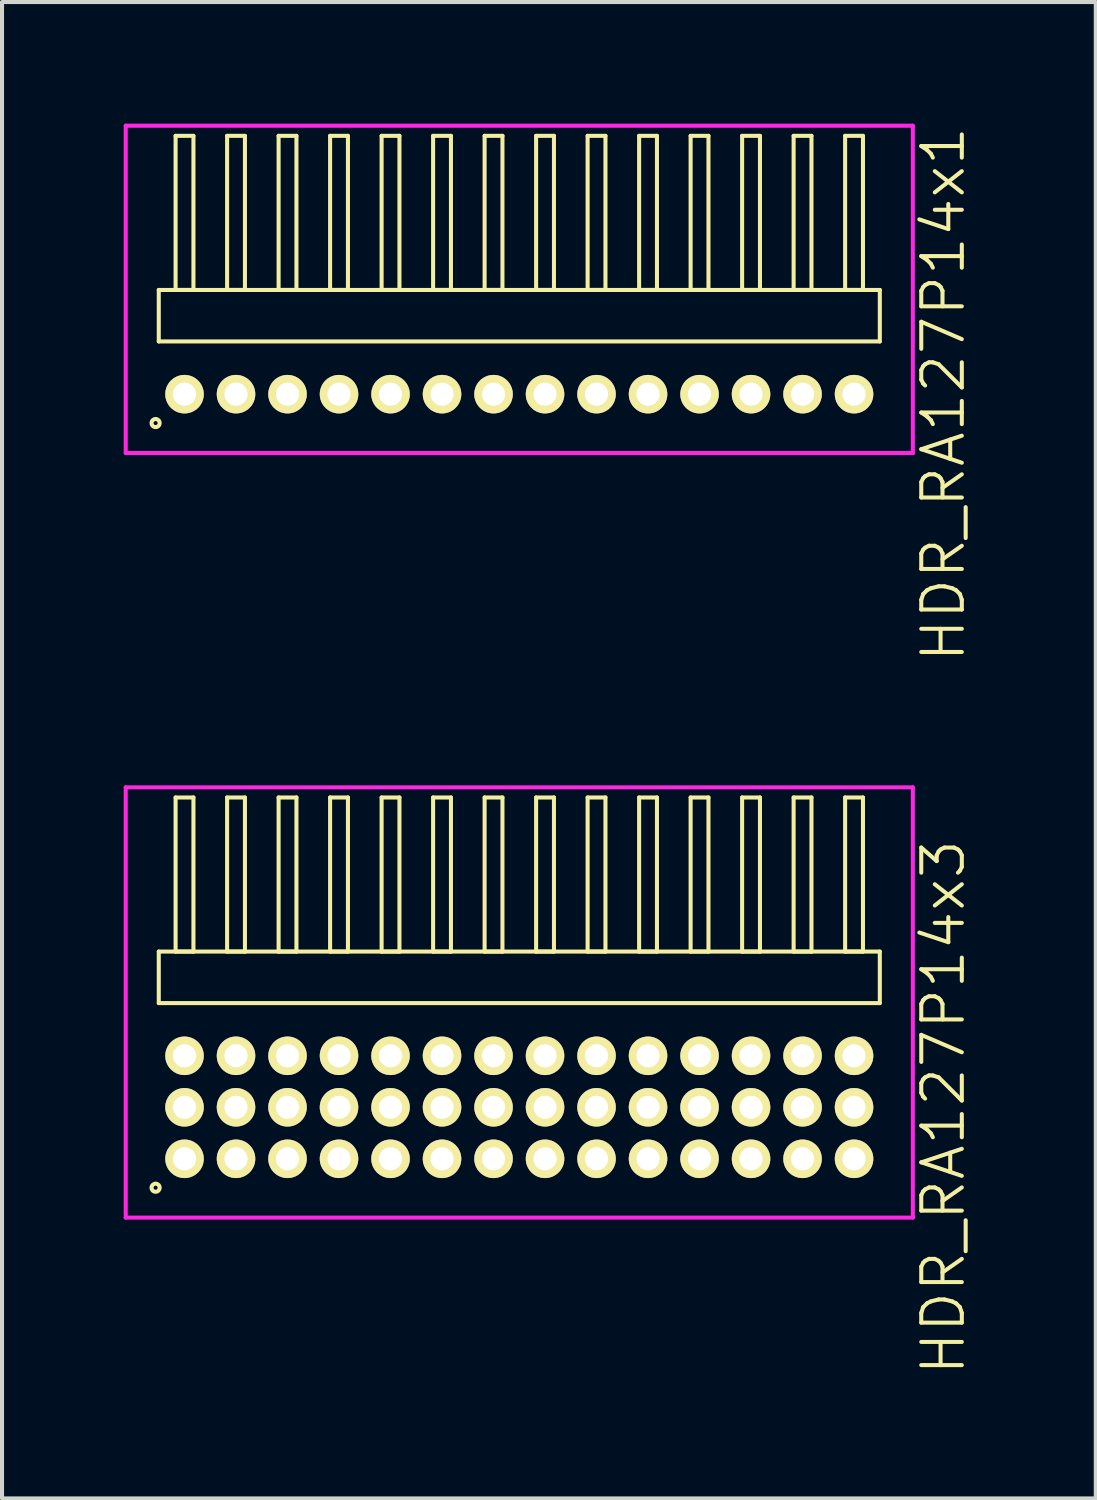
<source format=kicad_pcb>
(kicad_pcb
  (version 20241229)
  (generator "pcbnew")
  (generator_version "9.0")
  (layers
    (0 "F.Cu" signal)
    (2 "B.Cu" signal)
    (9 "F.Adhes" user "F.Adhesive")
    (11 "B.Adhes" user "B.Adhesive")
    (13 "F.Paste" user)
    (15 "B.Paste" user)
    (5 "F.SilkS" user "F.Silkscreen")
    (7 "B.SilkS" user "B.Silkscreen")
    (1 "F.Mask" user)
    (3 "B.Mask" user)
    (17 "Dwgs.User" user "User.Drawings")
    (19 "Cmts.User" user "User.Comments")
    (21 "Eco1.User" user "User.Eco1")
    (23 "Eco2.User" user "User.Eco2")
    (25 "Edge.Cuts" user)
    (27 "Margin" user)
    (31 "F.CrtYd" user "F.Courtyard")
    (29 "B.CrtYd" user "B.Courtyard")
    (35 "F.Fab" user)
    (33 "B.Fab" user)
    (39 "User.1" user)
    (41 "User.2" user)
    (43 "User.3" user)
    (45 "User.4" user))
  (footprint "HDR_RA127P14x1"
    (layer "F.Cu")
    (at 9.755 6.67)
    (property "Reference" "HDR_RA127P14x1" (at 10.455 0 90) (layer "F.SilkS") (effects (font (size 1 1) (thickness 0.1))))
    (attr through_hole)
    (fp_line (start -8.89 -2.57) (end -8.89 -1.3) (stroke (width 0.1) (type solid)) (layer "F.SilkS"))
    (fp_line (start -8.89 -1.3) (end 8.89 -1.3) (stroke (width 0.1) (type solid)) (layer "F.SilkS"))
    (fp_line (start -8.475 -6.37) (end -8.475 -2.57) (stroke (width 0.1) (type solid)) (layer "F.SilkS"))
    (fp_line (start -8.475 -2.57) (end -8.035 -2.57) (stroke (width 0.1) (type solid)) (layer "F.SilkS"))
    (fp_line (start -8.035 -6.37) (end -8.475 -6.37) (stroke (width 0.1) (type solid)) (layer "F.SilkS"))
    (fp_line (start -8.035 -2.57) (end -8.035 -6.37) (stroke (width 0.1) (type solid)) (layer "F.SilkS"))
    (fp_line (start -7.205 -6.37) (end -7.205 -2.57) (stroke (width 0.1) (type solid)) (layer "F.SilkS"))
    (fp_line (start -7.205 -2.57) (end -6.765 -2.57) (stroke (width 0.1) (type solid)) (layer "F.SilkS"))
    (fp_line (start -6.765 -6.37) (end -7.205 -6.37) (stroke (width 0.1) (type solid)) (layer "F.SilkS"))
    (fp_line (start -6.765 -2.57) (end -6.765 -6.37) (stroke (width 0.1) (type solid)) (layer "F.SilkS"))
    (fp_line (start -5.935 -6.37) (end -5.935 -2.57) (stroke (width 0.1) (type solid)) (layer "F.SilkS"))
    (fp_line (start -5.935 -2.57) (end -5.495 -2.57) (stroke (width 0.1) (type solid)) (layer "F.SilkS"))
    (fp_line (start -5.495 -6.37) (end -5.935 -6.37) (stroke (width 0.1) (type solid)) (layer "F.SilkS"))
    (fp_line (start -5.495 -2.57) (end -5.495 -6.37) (stroke (width 0.1) (type solid)) (layer "F.SilkS"))
    (fp_line (start -4.665 -6.37) (end -4.665 -2.57) (stroke (width 0.1) (type solid)) (layer "F.SilkS"))
    (fp_line (start -4.665 -2.57) (end -4.225 -2.57) (stroke (width 0.1) (type solid)) (layer "F.SilkS"))
    (fp_line (start -4.225 -6.37) (end -4.665 -6.37) (stroke (width 0.1) (type solid)) (layer "F.SilkS"))
    (fp_line (start -4.225 -2.57) (end -4.225 -6.37) (stroke (width 0.1) (type solid)) (layer "F.SilkS"))
    (fp_line (start -3.395 -6.37) (end -3.395 -2.57) (stroke (width 0.1) (type solid)) (layer "F.SilkS"))
    (fp_line (start -3.395 -2.57) (end -2.955 -2.57) (stroke (width 0.1) (type solid)) (layer "F.SilkS"))
    (fp_line (start -2.955 -6.37) (end -3.395 -6.37) (stroke (width 0.1) (type solid)) (layer "F.SilkS"))
    (fp_line (start -2.955 -2.57) (end -2.955 -6.37) (stroke (width 0.1) (type solid)) (layer "F.SilkS"))
    (fp_line (start -2.125 -6.37) (end -2.125 -2.57) (stroke (width 0.1) (type solid)) (layer "F.SilkS"))
    (fp_line (start -2.125 -2.57) (end -1.685 -2.57) (stroke (width 0.1) (type solid)) (layer "F.SilkS"))
    (fp_line (start -1.685 -6.37) (end -2.125 -6.37) (stroke (width 0.1) (type solid)) (layer "F.SilkS"))
    (fp_line (start -1.685 -2.57) (end -1.685 -6.37) (stroke (width 0.1) (type solid)) (layer "F.SilkS"))
    (fp_line (start -0.855 -6.37) (end -0.855 -2.57) (stroke (width 0.1) (type solid)) (layer "F.SilkS"))
    (fp_line (start -0.855 -2.57) (end -0.415 -2.57) (stroke (width 0.1) (type solid)) (layer "F.SilkS"))
    (fp_line (start -0.415 -6.37) (end -0.855 -6.37) (stroke (width 0.1) (type solid)) (layer "F.SilkS"))
    (fp_line (start -0.415 -2.57) (end -0.415 -6.37) (stroke (width 0.1) (type solid)) (layer "F.SilkS"))
    (fp_line (start 0.415 -6.37) (end 0.415 -2.57) (stroke (width 0.1) (type solid)) (layer "F.SilkS"))
    (fp_line (start 0.415 -2.57) (end 0.855 -2.57) (stroke (width 0.1) (type solid)) (layer "F.SilkS"))
    (fp_line (start 0.855 -6.37) (end 0.415 -6.37) (stroke (width 0.1) (type solid)) (layer "F.SilkS"))
    (fp_line (start 0.855 -2.57) (end 0.855 -6.37) (stroke (width 0.1) (type solid)) (layer "F.SilkS"))
    (fp_line (start 1.685 -6.37) (end 1.685 -2.57) (stroke (width 0.1) (type solid)) (layer "F.SilkS"))
    (fp_line (start 1.685 -2.57) (end 2.125 -2.57) (stroke (width 0.1) (type solid)) (layer "F.SilkS"))
    (fp_line (start 2.125 -6.37) (end 1.685 -6.37) (stroke (width 0.1) (type solid)) (layer "F.SilkS"))
    (fp_line (start 2.125 -2.57) (end 2.125 -6.37) (stroke (width 0.1) (type solid)) (layer "F.SilkS"))
    (fp_line (start 2.955 -6.37) (end 2.955 -2.57) (stroke (width 0.1) (type solid)) (layer "F.SilkS"))
    (fp_line (start 2.955 -2.57) (end 3.395 -2.57) (stroke (width 0.1) (type solid)) (layer "F.SilkS"))
    (fp_line (start 3.395 -6.37) (end 2.955 -6.37) (stroke (width 0.1) (type solid)) (layer "F.SilkS"))
    (fp_line (start 3.395 -2.57) (end 3.395 -6.37) (stroke (width 0.1) (type solid)) (layer "F.SilkS"))
    (fp_line (start 4.225 -6.37) (end 4.225 -2.57) (stroke (width 0.1) (type solid)) (layer "F.SilkS"))
    (fp_line (start 4.225 -2.57) (end 4.665 -2.57) (stroke (width 0.1) (type solid)) (layer "F.SilkS"))
    (fp_line (start 4.665 -6.37) (end 4.225 -6.37) (stroke (width 0.1) (type solid)) (layer "F.SilkS"))
    (fp_line (start 4.665 -2.57) (end 4.665 -6.37) (stroke (width 0.1) (type solid)) (layer "F.SilkS"))
    (fp_line (start 5.495 -6.37) (end 5.495 -2.57) (stroke (width 0.1) (type solid)) (layer "F.SilkS"))
    (fp_line (start 5.495 -2.57) (end 5.935 -2.57) (stroke (width 0.1) (type solid)) (layer "F.SilkS"))
    (fp_line (start 5.935 -6.37) (end 5.495 -6.37) (stroke (width 0.1) (type solid)) (layer "F.SilkS"))
    (fp_line (start 5.935 -2.57) (end 5.935 -6.37) (stroke (width 0.1) (type solid)) (layer "F.SilkS"))
    (fp_line (start 6.765 -6.37) (end 6.765 -2.57) (stroke (width 0.1) (type solid)) (layer "F.SilkS"))
    (fp_line (start 6.765 -2.57) (end 7.205 -2.57) (stroke (width 0.1) (type solid)) (layer "F.SilkS"))
    (fp_line (start 7.205 -6.37) (end 6.765 -6.37) (stroke (width 0.1) (type solid)) (layer "F.SilkS"))
    (fp_line (start 7.205 -2.57) (end 7.205 -6.37) (stroke (width 0.1) (type solid)) (layer "F.SilkS"))
    (fp_line (start 8.035 -6.37) (end 8.035 -2.57) (stroke (width 0.1) (type solid)) (layer "F.SilkS"))
    (fp_line (start 8.035 -2.57) (end 8.475 -2.57) (stroke (width 0.1) (type solid)) (layer "F.SilkS"))
    (fp_line (start 8.475 -6.37) (end 8.035 -6.37) (stroke (width 0.1) (type solid)) (layer "F.SilkS"))
    (fp_line (start 8.475 -2.57) (end 8.475 -6.37) (stroke (width 0.1) (type solid)) (layer "F.SilkS"))
    (fp_line (start 8.89 -2.57) (end -8.89 -2.57) (stroke (width 0.1) (type solid)) (layer "F.SilkS"))
    (fp_line (start 8.89 -1.3) (end 8.89 -2.57) (stroke (width 0.1) (type solid)) (layer "F.SilkS"))
    (fp_circle (center -8.968 0.712) (end -8.868 0.712) (stroke (width 0.1) (type solid)) (fill no) (layer "F.SilkS"))
    (fp_line (start -9.705 -6.62) (end -9.705 1.45) (stroke (width 0.1) (type solid)) (layer "F.CrtYd"))
    (fp_line (start -9.705 1.45) (end 9.705 1.45) (stroke (width 0.1) (type solid)) (layer "F.CrtYd"))
    (fp_line (start 9.705 -6.62) (end -9.705 -6.62) (stroke (width 0.1) (type solid)) (layer "F.CrtYd"))
    (fp_line (start 9.705 1.45) (end 9.705 -6.62) (stroke (width 0.1) (type solid)) (layer "F.CrtYd"))
    (pad "1" thru_hole oval (at -8.255 0) (size 0.95 0.95) (drill 0.57) (layers "*.Cu" "*.Mask" "F.SilkS"))
    (pad "2" thru_hole oval (at -6.985 0) (size 0.95 0.95) (drill 0.57) (layers "*.Cu" "*.Mask" "F.SilkS"))
    (pad "3" thru_hole oval (at -5.715 0) (size 0.95 0.95) (drill 0.57) (layers "*.Cu" "*.Mask" "F.SilkS"))
    (pad "4" thru_hole oval (at -4.445 0) (size 0.95 0.95) (drill 0.57) (layers "*.Cu" "*.Mask" "F.SilkS"))
    (pad "5" thru_hole oval (at -3.175 0) (size 0.95 0.95) (drill 0.57) (layers "*.Cu" "*.Mask" "F.SilkS"))
    (pad "6" thru_hole oval (at -1.905 0) (size 0.95 0.95) (drill 0.57) (layers "*.Cu" "*.Mask" "F.SilkS"))
    (pad "7" thru_hole oval (at -0.635 0) (size 0.95 0.95) (drill 0.57) (layers "*.Cu" "*.Mask" "F.SilkS"))
    (pad "8" thru_hole oval (at 0.635 0) (size 0.95 0.95) (drill 0.57) (layers "*.Cu" "*.Mask" "F.SilkS"))
    (pad "9" thru_hole oval (at 1.905 0) (size 0.95 0.95) (drill 0.57) (layers "*.Cu" "*.Mask" "F.SilkS"))
    (pad "10" thru_hole oval (at 3.175 0) (size 0.95 0.95) (drill 0.57) (layers "*.Cu" "*.Mask" "F.SilkS"))
    (pad "11" thru_hole oval (at 4.445 0) (size 0.95 0.95) (drill 0.57) (layers "*.Cu" "*.Mask" "F.SilkS"))
    (pad "12" thru_hole oval (at 5.715 0) (size 0.95 0.95) (drill 0.57) (layers "*.Cu" "*.Mask" "F.SilkS"))
    (pad "13" thru_hole oval (at 6.985 0) (size 0.95 0.95) (drill 0.57) (layers "*.Cu" "*.Mask" "F.SilkS"))
    (pad "14" thru_hole oval (at 8.255 0) (size 0.95 0.95) (drill 0.57) (layers "*.Cu" "*.Mask" "F.SilkS")))
  (footprint "HDR_RA127P14x3"
    (layer "F.Cu")
    (at 9.755 24.255)
    (property "Reference" "HDR_RA127P14x3" (at 10.455 0 90) (layer "F.SilkS") (effects (font (size 1 1) (thickness 0.1))))
    (attr through_hole)
    (fp_line (start -8.89 -3.84) (end -8.89 -2.57) (stroke (width 0.1) (type solid)) (layer "F.SilkS"))
    (fp_line (start -8.89 -2.57) (end 8.89 -2.57) (stroke (width 0.1) (type solid)) (layer "F.SilkS"))
    (fp_line (start -8.475 -7.64) (end -8.475 -3.84) (stroke (width 0.1) (type solid)) (layer "F.SilkS"))
    (fp_line (start -8.475 -3.84) (end -8.035 -3.84) (stroke (width 0.1) (type solid)) (layer "F.SilkS"))
    (fp_line (start -8.035 -7.64) (end -8.475 -7.64) (stroke (width 0.1) (type solid)) (layer "F.SilkS"))
    (fp_line (start -8.035 -3.84) (end -8.035 -7.64) (stroke (width 0.1) (type solid)) (layer "F.SilkS"))
    (fp_line (start -7.205 -7.64) (end -7.205 -3.84) (stroke (width 0.1) (type solid)) (layer "F.SilkS"))
    (fp_line (start -7.205 -3.84) (end -6.765 -3.84) (stroke (width 0.1) (type solid)) (layer "F.SilkS"))
    (fp_line (start -6.765 -7.64) (end -7.205 -7.64) (stroke (width 0.1) (type solid)) (layer "F.SilkS"))
    (fp_line (start -6.765 -3.84) (end -6.765 -7.64) (stroke (width 0.1) (type solid)) (layer "F.SilkS"))
    (fp_line (start -5.935 -7.64) (end -5.935 -3.84) (stroke (width 0.1) (type solid)) (layer "F.SilkS"))
    (fp_line (start -5.935 -3.84) (end -5.495 -3.84) (stroke (width 0.1) (type solid)) (layer "F.SilkS"))
    (fp_line (start -5.495 -7.64) (end -5.935 -7.64) (stroke (width 0.1) (type solid)) (layer "F.SilkS"))
    (fp_line (start -5.495 -3.84) (end -5.495 -7.64) (stroke (width 0.1) (type solid)) (layer "F.SilkS"))
    (fp_line (start -4.665 -7.64) (end -4.665 -3.84) (stroke (width 0.1) (type solid)) (layer "F.SilkS"))
    (fp_line (start -4.665 -3.84) (end -4.225 -3.84) (stroke (width 0.1) (type solid)) (layer "F.SilkS"))
    (fp_line (start -4.225 -7.64) (end -4.665 -7.64) (stroke (width 0.1) (type solid)) (layer "F.SilkS"))
    (fp_line (start -4.225 -3.84) (end -4.225 -7.64) (stroke (width 0.1) (type solid)) (layer "F.SilkS"))
    (fp_line (start -3.395 -7.64) (end -3.395 -3.84) (stroke (width 0.1) (type solid)) (layer "F.SilkS"))
    (fp_line (start -3.395 -3.84) (end -2.955 -3.84) (stroke (width 0.1) (type solid)) (layer "F.SilkS"))
    (fp_line (start -2.955 -7.64) (end -3.395 -7.64) (stroke (width 0.1) (type solid)) (layer "F.SilkS"))
    (fp_line (start -2.955 -3.84) (end -2.955 -7.64) (stroke (width 0.1) (type solid)) (layer "F.SilkS"))
    (fp_line (start -2.125 -7.64) (end -2.125 -3.84) (stroke (width 0.1) (type solid)) (layer "F.SilkS"))
    (fp_line (start -2.125 -3.84) (end -1.685 -3.84) (stroke (width 0.1) (type solid)) (layer "F.SilkS"))
    (fp_line (start -1.685 -7.64) (end -2.125 -7.64) (stroke (width 0.1) (type solid)) (layer "F.SilkS"))
    (fp_line (start -1.685 -3.84) (end -1.685 -7.64) (stroke (width 0.1) (type solid)) (layer "F.SilkS"))
    (fp_line (start -0.855 -7.64) (end -0.855 -3.84) (stroke (width 0.1) (type solid)) (layer "F.SilkS"))
    (fp_line (start -0.855 -3.84) (end -0.415 -3.84) (stroke (width 0.1) (type solid)) (layer "F.SilkS"))
    (fp_line (start -0.415 -7.64) (end -0.855 -7.64) (stroke (width 0.1) (type solid)) (layer "F.SilkS"))
    (fp_line (start -0.415 -3.84) (end -0.415 -7.64) (stroke (width 0.1) (type solid)) (layer "F.SilkS"))
    (fp_line (start 0.415 -7.64) (end 0.415 -3.84) (stroke (width 0.1) (type solid)) (layer "F.SilkS"))
    (fp_line (start 0.415 -3.84) (end 0.855 -3.84) (stroke (width 0.1) (type solid)) (layer "F.SilkS"))
    (fp_line (start 0.855 -7.64) (end 0.415 -7.64) (stroke (width 0.1) (type solid)) (layer "F.SilkS"))
    (fp_line (start 0.855 -3.84) (end 0.855 -7.64) (stroke (width 0.1) (type solid)) (layer "F.SilkS"))
    (fp_line (start 1.685 -7.64) (end 1.685 -3.84) (stroke (width 0.1) (type solid)) (layer "F.SilkS"))
    (fp_line (start 1.685 -3.84) (end 2.125 -3.84) (stroke (width 0.1) (type solid)) (layer "F.SilkS"))
    (fp_line (start 2.125 -7.64) (end 1.685 -7.64) (stroke (width 0.1) (type solid)) (layer "F.SilkS"))
    (fp_line (start 2.125 -3.84) (end 2.125 -7.64) (stroke (width 0.1) (type solid)) (layer "F.SilkS"))
    (fp_line (start 2.955 -7.64) (end 2.955 -3.84) (stroke (width 0.1) (type solid)) (layer "F.SilkS"))
    (fp_line (start 2.955 -3.84) (end 3.395 -3.84) (stroke (width 0.1) (type solid)) (layer "F.SilkS"))
    (fp_line (start 3.395 -7.64) (end 2.955 -7.64) (stroke (width 0.1) (type solid)) (layer "F.SilkS"))
    (fp_line (start 3.395 -3.84) (end 3.395 -7.64) (stroke (width 0.1) (type solid)) (layer "F.SilkS"))
    (fp_line (start 4.225 -7.64) (end 4.225 -3.84) (stroke (width 0.1) (type solid)) (layer "F.SilkS"))
    (fp_line (start 4.225 -3.84) (end 4.665 -3.84) (stroke (width 0.1) (type solid)) (layer "F.SilkS"))
    (fp_line (start 4.665 -7.64) (end 4.225 -7.64) (stroke (width 0.1) (type solid)) (layer "F.SilkS"))
    (fp_line (start 4.665 -3.84) (end 4.665 -7.64) (stroke (width 0.1) (type solid)) (layer "F.SilkS"))
    (fp_line (start 5.495 -7.64) (end 5.495 -3.84) (stroke (width 0.1) (type solid)) (layer "F.SilkS"))
    (fp_line (start 5.495 -3.84) (end 5.935 -3.84) (stroke (width 0.1) (type solid)) (layer "F.SilkS"))
    (fp_line (start 5.935 -7.64) (end 5.495 -7.64) (stroke (width 0.1) (type solid)) (layer "F.SilkS"))
    (fp_line (start 5.935 -3.84) (end 5.935 -7.64) (stroke (width 0.1) (type solid)) (layer "F.SilkS"))
    (fp_line (start 6.765 -7.64) (end 6.765 -3.84) (stroke (width 0.1) (type solid)) (layer "F.SilkS"))
    (fp_line (start 6.765 -3.84) (end 7.205 -3.84) (stroke (width 0.1) (type solid)) (layer "F.SilkS"))
    (fp_line (start 7.205 -7.64) (end 6.765 -7.64) (stroke (width 0.1) (type solid)) (layer "F.SilkS"))
    (fp_line (start 7.205 -3.84) (end 7.205 -7.64) (stroke (width 0.1) (type solid)) (layer "F.SilkS"))
    (fp_line (start 8.035 -7.64) (end 8.035 -3.84) (stroke (width 0.1) (type solid)) (layer "F.SilkS"))
    (fp_line (start 8.035 -3.84) (end 8.475 -3.84) (stroke (width 0.1) (type solid)) (layer "F.SilkS"))
    (fp_line (start 8.475 -7.64) (end 8.035 -7.64) (stroke (width 0.1) (type solid)) (layer "F.SilkS"))
    (fp_line (start 8.475 -3.84) (end 8.475 -7.64) (stroke (width 0.1) (type solid)) (layer "F.SilkS"))
    (fp_line (start 8.89 -3.84) (end -8.89 -3.84) (stroke (width 0.1) (type solid)) (layer "F.SilkS"))
    (fp_line (start 8.89 -2.57) (end 8.89 -3.84) (stroke (width 0.1) (type solid)) (layer "F.SilkS"))
    (fp_circle (center -8.968 1.983) (end -8.868 1.983) (stroke (width 0.1) (type solid)) (fill no) (layer "F.SilkS"))
    (fp_line (start -9.705 -7.89) (end -9.705 2.72) (stroke (width 0.1) (type solid)) (layer "F.CrtYd"))
    (fp_line (start -9.705 2.72) (end 9.705 2.72) (stroke (width 0.1) (type solid)) (layer "F.CrtYd"))
    (fp_line (start 9.705 -7.89) (end -9.705 -7.89) (stroke (width 0.1) (type solid)) (layer "F.CrtYd"))
    (fp_line (start 9.705 2.72) (end 9.705 -7.89) (stroke (width 0.1) (type solid)) (layer "F.CrtYd"))
    (pad "1" thru_hole oval (at -8.255 1.27) (size 0.95 0.95) (drill 0.57) (layers "*.Cu" "*.Mask" "F.SilkS"))
    (pad "2" thru_hole oval (at -8.255 0) (size 0.95 0.95) (drill 0.57) (layers "*.Cu" "*.Mask" "F.SilkS"))
    (pad "3" thru_hole oval (at -8.255 -1.27) (size 0.95 0.95) (drill 0.57) (layers "*.Cu" "*.Mask" "F.SilkS"))
    (pad "4" thru_hole oval (at -6.985 1.27) (size 0.95 0.95) (drill 0.57) (layers "*.Cu" "*.Mask" "F.SilkS"))
    (pad "5" thru_hole oval (at -6.985 0) (size 0.95 0.95) (drill 0.57) (layers "*.Cu" "*.Mask" "F.SilkS"))
    (pad "6" thru_hole oval (at -6.985 -1.27) (size 0.95 0.95) (drill 0.57) (layers "*.Cu" "*.Mask" "F.SilkS"))
    (pad "7" thru_hole oval (at -5.715 1.27) (size 0.95 0.95) (drill 0.57) (layers "*.Cu" "*.Mask" "F.SilkS"))
    (pad "8" thru_hole oval (at -5.715 0) (size 0.95 0.95) (drill 0.57) (layers "*.Cu" "*.Mask" "F.SilkS"))
    (pad "9" thru_hole oval (at -5.715 -1.27) (size 0.95 0.95) (drill 0.57) (layers "*.Cu" "*.Mask" "F.SilkS"))
    (pad "10" thru_hole oval (at -4.445 1.27) (size 0.95 0.95) (drill 0.57) (layers "*.Cu" "*.Mask" "F.SilkS"))
    (pad "11" thru_hole oval (at -4.445 0) (size 0.95 0.95) (drill 0.57) (layers "*.Cu" "*.Mask" "F.SilkS"))
    (pad "12" thru_hole oval (at -4.445 -1.27) (size 0.95 0.95) (drill 0.57) (layers "*.Cu" "*.Mask" "F.SilkS"))
    (pad "13" thru_hole oval (at -3.175 1.27) (size 0.95 0.95) (drill 0.57) (layers "*.Cu" "*.Mask" "F.SilkS"))
    (pad "14" thru_hole oval (at -3.175 0) (size 0.95 0.95) (drill 0.57) (layers "*.Cu" "*.Mask" "F.SilkS"))
    (pad "15" thru_hole oval (at -3.175 -1.27) (size 0.95 0.95) (drill 0.57) (layers "*.Cu" "*.Mask" "F.SilkS"))
    (pad "16" thru_hole oval (at -1.905 1.27) (size 0.95 0.95) (drill 0.57) (layers "*.Cu" "*.Mask" "F.SilkS"))
    (pad "17" thru_hole oval (at -1.905 0) (size 0.95 0.95) (drill 0.57) (layers "*.Cu" "*.Mask" "F.SilkS"))
    (pad "18" thru_hole oval (at -1.905 -1.27) (size 0.95 0.95) (drill 0.57) (layers "*.Cu" "*.Mask" "F.SilkS"))
    (pad "19" thru_hole oval (at -0.635 1.27) (size 0.95 0.95) (drill 0.57) (layers "*.Cu" "*.Mask" "F.SilkS"))
    (pad "20" thru_hole oval (at -0.635 0) (size 0.95 0.95) (drill 0.57) (layers "*.Cu" "*.Mask" "F.SilkS"))
    (pad "21" thru_hole oval (at -0.635 -1.27) (size 0.95 0.95) (drill 0.57) (layers "*.Cu" "*.Mask" "F.SilkS"))
    (pad "22" thru_hole oval (at 0.635 1.27) (size 0.95 0.95) (drill 0.57) (layers "*.Cu" "*.Mask" "F.SilkS"))
    (pad "23" thru_hole oval (at 0.635 0) (size 0.95 0.95) (drill 0.57) (layers "*.Cu" "*.Mask" "F.SilkS"))
    (pad "24" thru_hole oval (at 0.635 -1.27) (size 0.95 0.95) (drill 0.57) (layers "*.Cu" "*.Mask" "F.SilkS"))
    (pad "25" thru_hole oval (at 1.905 1.27) (size 0.95 0.95) (drill 0.57) (layers "*.Cu" "*.Mask" "F.SilkS"))
    (pad "26" thru_hole oval (at 1.905 0) (size 0.95 0.95) (drill 0.57) (layers "*.Cu" "*.Mask" "F.SilkS"))
    (pad "27" thru_hole oval (at 1.905 -1.27) (size 0.95 0.95) (drill 0.57) (layers "*.Cu" "*.Mask" "F.SilkS"))
    (pad "28" thru_hole oval (at 3.175 1.27) (size 0.95 0.95) (drill 0.57) (layers "*.Cu" "*.Mask" "F.SilkS"))
    (pad "29" thru_hole oval (at 3.175 0) (size 0.95 0.95) (drill 0.57) (layers "*.Cu" "*.Mask" "F.SilkS"))
    (pad "30" thru_hole oval (at 3.175 -1.27) (size 0.95 0.95) (drill 0.57) (layers "*.Cu" "*.Mask" "F.SilkS"))
    (pad "31" thru_hole oval (at 4.445 1.27) (size 0.95 0.95) (drill 0.57) (layers "*.Cu" "*.Mask" "F.SilkS"))
    (pad "32" thru_hole oval (at 4.445 0) (size 0.95 0.95) (drill 0.57) (layers "*.Cu" "*.Mask" "F.SilkS"))
    (pad "33" thru_hole oval (at 4.445 -1.27) (size 0.95 0.95) (drill 0.57) (layers "*.Cu" "*.Mask" "F.SilkS"))
    (pad "34" thru_hole oval (at 5.715 1.27) (size 0.95 0.95) (drill 0.57) (layers "*.Cu" "*.Mask" "F.SilkS"))
    (pad "35" thru_hole oval (at 5.715 0) (size 0.95 0.95) (drill 0.57) (layers "*.Cu" "*.Mask" "F.SilkS"))
    (pad "36" thru_hole oval (at 5.715 -1.27) (size 0.95 0.95) (drill 0.57) (layers "*.Cu" "*.Mask" "F.SilkS"))
    (pad "37" thru_hole oval (at 6.985 1.27) (size 0.95 0.95) (drill 0.57) (layers "*.Cu" "*.Mask" "F.SilkS"))
    (pad "38" thru_hole oval (at 6.985 0) (size 0.95 0.95) (drill 0.57) (layers "*.Cu" "*.Mask" "F.SilkS"))
    (pad "39" thru_hole oval (at 6.985 -1.27) (size 0.95 0.95) (drill 0.57) (layers "*.Cu" "*.Mask" "F.SilkS"))
    (pad "40" thru_hole oval (at 8.255 1.27) (size 0.95 0.95) (drill 0.57) (layers "*.Cu" "*.Mask" "F.SilkS"))
    (pad "41" thru_hole oval (at 8.255 0) (size 0.95 0.95) (drill 0.57) (layers "*.Cu" "*.Mask" "F.SilkS"))
    (pad "42" thru_hole oval (at 8.255 -1.27) (size 0.95 0.95) (drill 0.57) (layers "*.Cu" "*.Mask" "F.SilkS")))
  (gr_rect
    (start -3 -3)
    (end 23.971 33.9)
    (stroke (width 0.1) (type default))
    (fill no)
    (layer "Edge.Cuts")))
</source>
